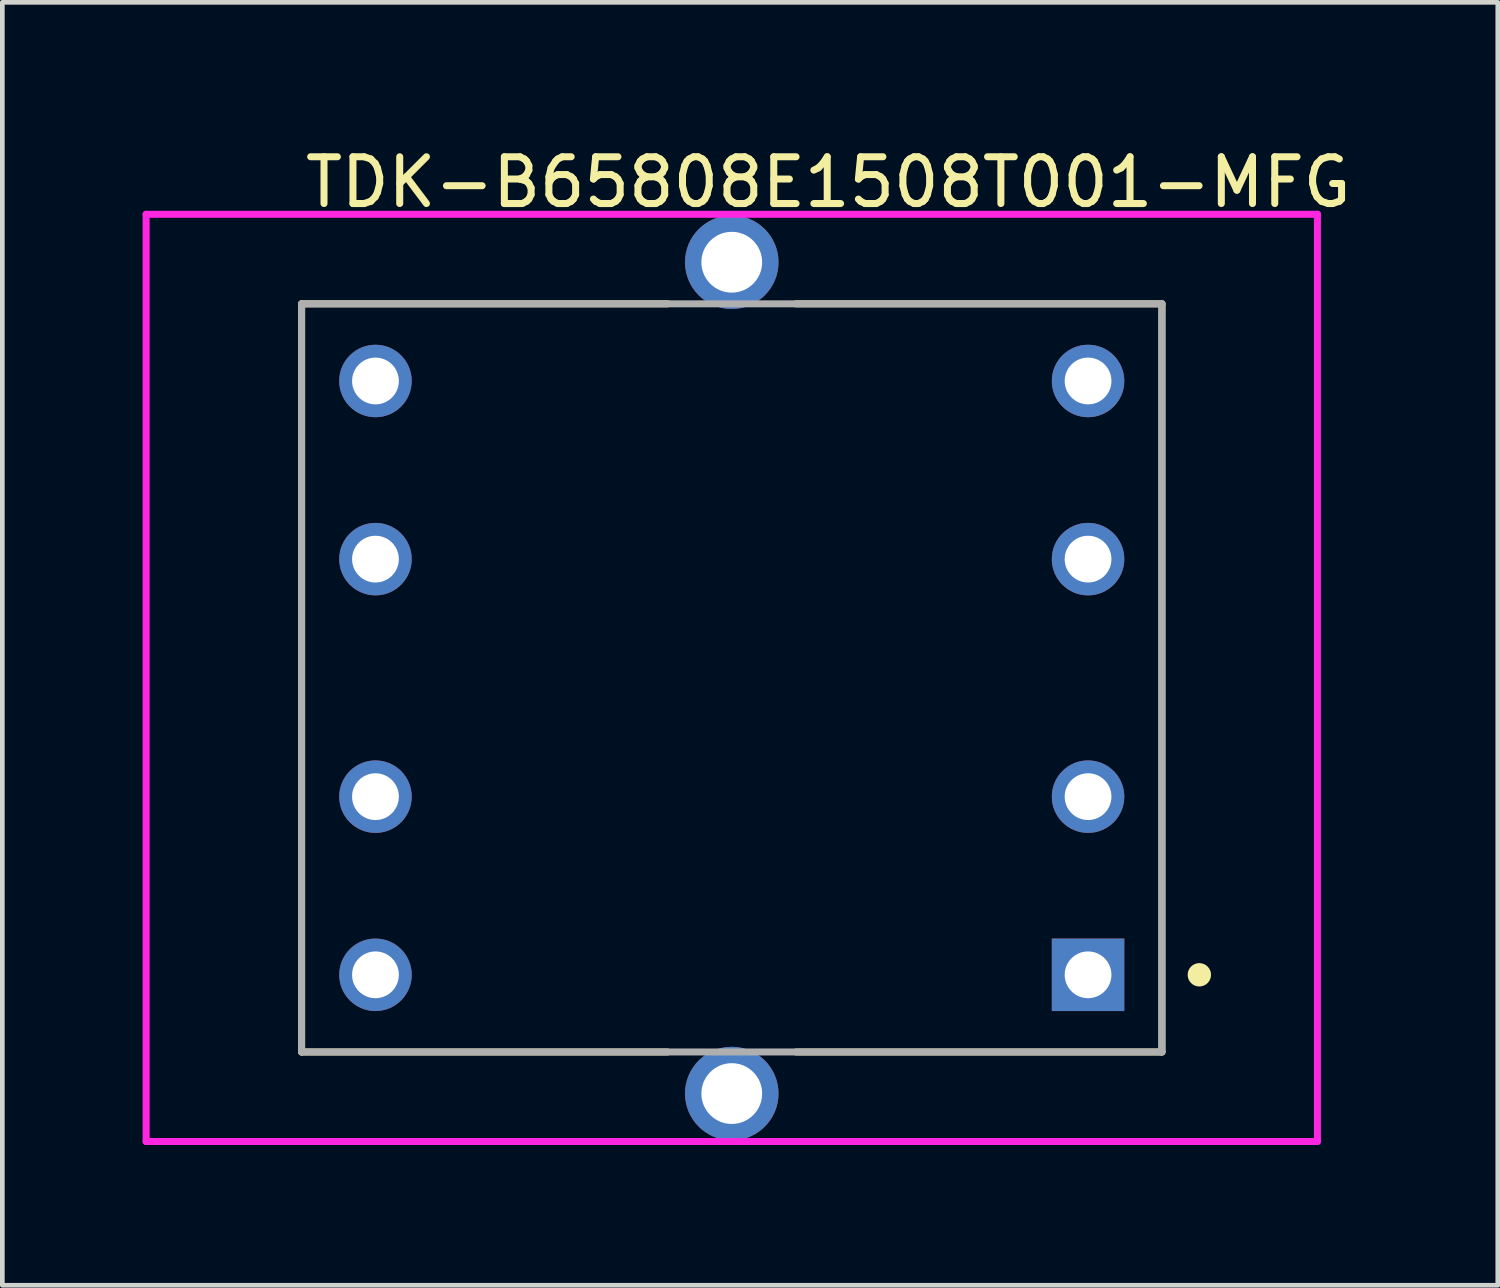
<source format=kicad_pcb>
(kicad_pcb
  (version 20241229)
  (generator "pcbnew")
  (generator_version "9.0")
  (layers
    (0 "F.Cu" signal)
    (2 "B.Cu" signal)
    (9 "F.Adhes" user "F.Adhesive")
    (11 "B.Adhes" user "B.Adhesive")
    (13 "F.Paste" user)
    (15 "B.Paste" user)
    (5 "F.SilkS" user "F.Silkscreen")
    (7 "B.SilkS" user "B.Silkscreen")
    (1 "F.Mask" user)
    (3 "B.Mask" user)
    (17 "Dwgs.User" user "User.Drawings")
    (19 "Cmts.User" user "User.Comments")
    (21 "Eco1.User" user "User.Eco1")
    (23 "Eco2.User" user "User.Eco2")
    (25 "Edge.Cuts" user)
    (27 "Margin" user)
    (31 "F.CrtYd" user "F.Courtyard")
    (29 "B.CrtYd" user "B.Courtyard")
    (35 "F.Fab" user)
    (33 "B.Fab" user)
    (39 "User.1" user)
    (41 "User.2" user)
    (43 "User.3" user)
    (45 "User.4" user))
  (footprint "TDK-B65808E1508T001-MFG"
    (layer "F.Cu")
    (at 12.6 11.448)
    (property "Reference" "TDK-B65808E1508T001-MFG" (at -9.2 -10.6 0) (layer "F.SilkS") (effects (font (size 1 1) (thickness 0.15)) (justify left)))
    (attr through_hole)
    (fp_line (start -9.2 -8) (end -1.375 -8) (stroke (width 0.15) (type solid)) (layer "F.SilkS"))
    (fp_line (start -9.2 8) (end -9.2 -8) (stroke (width 0.15) (type solid)) (layer "F.SilkS"))
    (fp_line (start -9.2 8) (end -1.375 8) (stroke (width 0.15) (type solid)) (layer "F.SilkS"))
    (fp_line (start 1.375 -8) (end 9.2 -8) (stroke (width 0.15) (type solid)) (layer "F.SilkS"))
    (fp_line (start 1.375 8) (end 9.2 8) (stroke (width 0.15) (type solid)) (layer "F.SilkS"))
    (fp_line (start 9.2 8) (end 9.2 -8) (stroke (width 0.15) (type solid)) (layer "F.SilkS"))
    (fp_circle (center 10 6.35) (end 10.125 6.35) (stroke (width 0.25) (type solid)) (fill no) (layer "F.SilkS"))
    (fp_line (start -12.525 -9.915) (end -12.525 9.915) (stroke (width 0.15) (type solid)) (layer "F.CrtYd"))
    (fp_line (start -12.525 9.915) (end 12.525 9.915) (stroke (width 0.15) (type solid)) (layer "F.CrtYd"))
    (fp_line (start 12.525 -9.915) (end -12.525 -9.915) (stroke (width 0.15) (type solid)) (layer "F.CrtYd"))
    (fp_line (start 12.525 -9.915) (end 12.525 -9.915) (stroke (width 0.15) (type solid)) (layer "F.CrtYd"))
    (fp_line (start 12.525 9.915) (end 12.525 -9.915) (stroke (width 0.15) (type solid)) (layer "F.CrtYd"))
    (fp_line (start -9.2 -8) (end 9.2 -8) (stroke (width 0.15) (type solid)) (layer "F.Fab"))
    (fp_line (start -9.2 8) (end -9.2 -8) (stroke (width 0.15) (type solid)) (layer "F.Fab"))
    (fp_line (start 9.2 -8) (end 9.2 8) (stroke (width 0.15) (type solid)) (layer "F.Fab"))
    (fp_line (start 9.2 8) (end -9.2 8) (stroke (width 0.15) (type solid)) (layer "F.Fab"))
    (pad "1" thru_hole rect (at 7.62 6.35) (size 1.55 1.55) (drill 1) (layers "*.Cu"))
    (pad "2" thru_hole circle (at 7.62 2.54) (size 1.55 1.55) (drill 1) (layers "*.Cu"))
    (pad "3" thru_hole circle (at 7.62 -2.54) (size 1.55 1.55) (drill 1) (layers "*.Cu"))
    (pad "4" thru_hole circle (at 7.62 -6.35) (size 1.55 1.55) (drill 1) (layers "*.Cu"))
    (pad "5" thru_hole circle (at -7.62 -6.35) (size 1.55 1.55) (drill 1) (layers "*.Cu"))
    (pad "6" thru_hole circle (at -7.62 -2.54) (size 1.55 1.55) (drill 1) (layers "*.Cu"))
    (pad "7" thru_hole circle (at -7.62 2.54) (size 1.55 1.55) (drill 1) (layers "*.Cu"))
    (pad "8" thru_hole circle (at -7.62 6.35) (size 1.55 1.55) (drill 1) (layers "*.Cu"))
    (pad "9" thru_hole circle (at 0 -8.89) (size 2 2) (drill 1.3) (layers "*.Cu"))
    (pad "10" thru_hole circle (at 0 8.89) (size 2 2) (drill 1.3) (layers "*.Cu")))
  (gr_rect
    (start -3 -3)
    (end 28.983 24.438)
    (stroke (width 0.1) (type default))
    (fill no)
    (layer "Edge.Cuts")))
</source>
